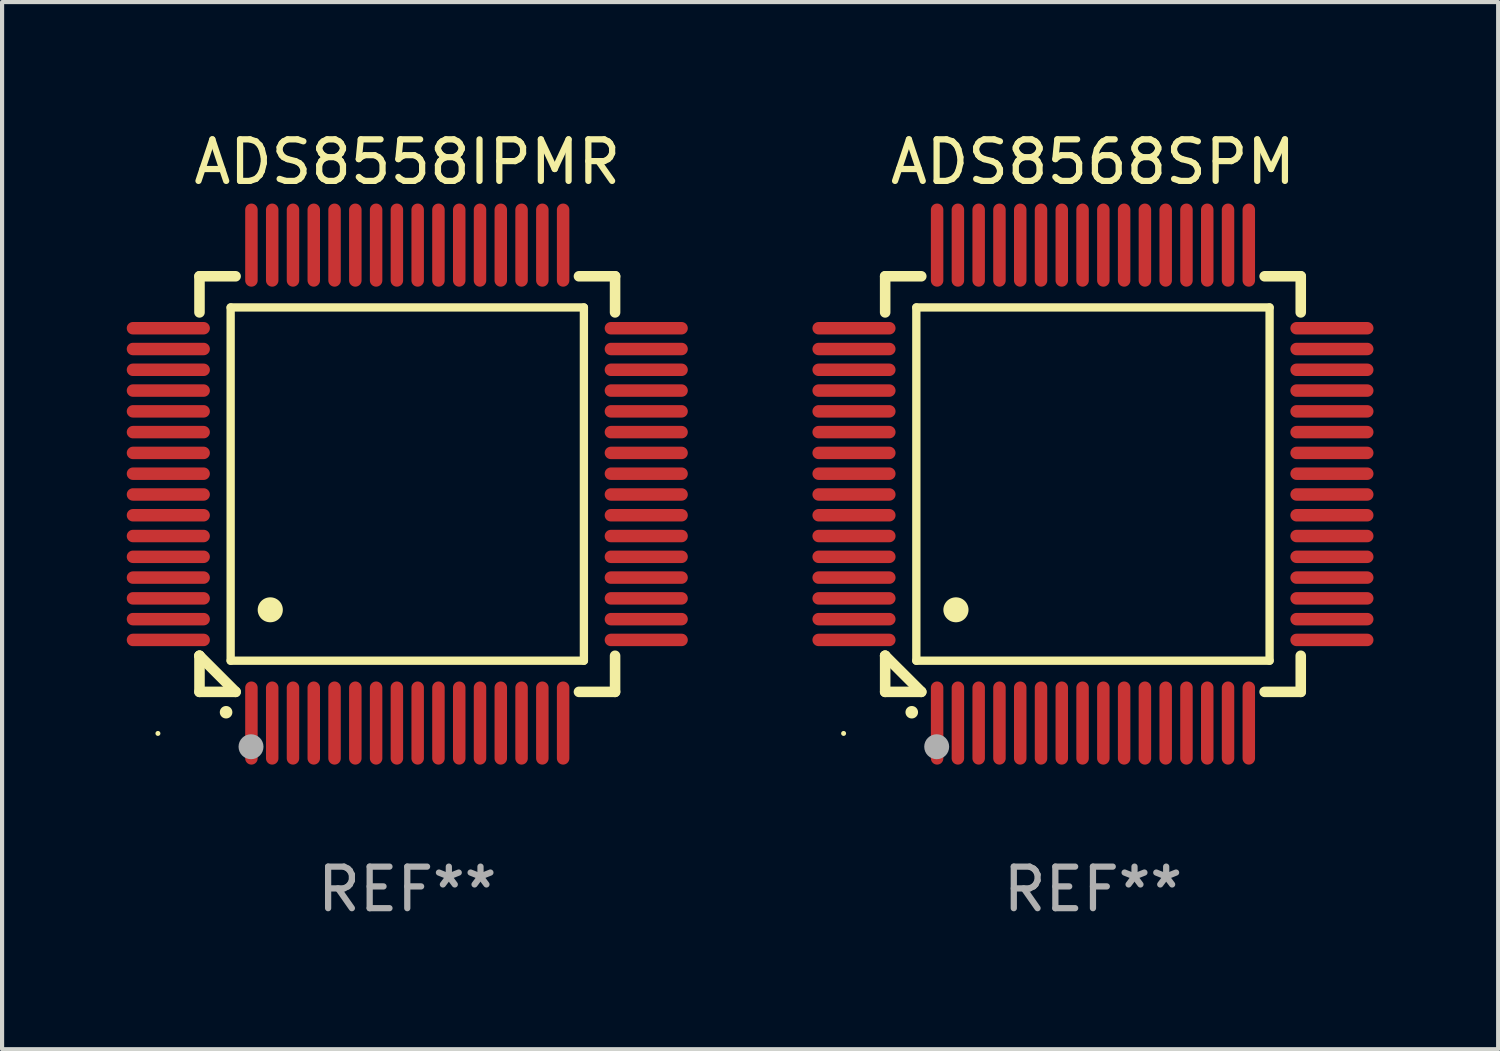
<source format=kicad_pcb>
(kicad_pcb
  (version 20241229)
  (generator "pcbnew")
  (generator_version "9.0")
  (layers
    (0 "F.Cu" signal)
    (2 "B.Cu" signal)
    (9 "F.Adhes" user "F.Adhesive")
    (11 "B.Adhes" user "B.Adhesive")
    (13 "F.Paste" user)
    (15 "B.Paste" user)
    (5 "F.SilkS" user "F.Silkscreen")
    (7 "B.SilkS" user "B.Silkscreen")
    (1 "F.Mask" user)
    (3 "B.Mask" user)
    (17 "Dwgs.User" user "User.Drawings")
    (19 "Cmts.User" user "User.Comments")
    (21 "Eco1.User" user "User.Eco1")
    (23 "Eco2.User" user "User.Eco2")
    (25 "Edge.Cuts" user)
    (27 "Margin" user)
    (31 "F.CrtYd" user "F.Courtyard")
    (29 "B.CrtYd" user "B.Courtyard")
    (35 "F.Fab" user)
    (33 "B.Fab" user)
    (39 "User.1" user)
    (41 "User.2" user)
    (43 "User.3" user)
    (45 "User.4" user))
  (footprint "ADS8568SPM"
    (layer "F.Cu")
    (at 23.249 8.598)
    (property "Reference" "ADS8568SPM" (at 0 -7.75 0) (layer "F.SilkS") (effects (font (size 1 1) (thickness 0.15))))
    (attr through_hole)
    (fp_line (start -5 -5) (end -4.131 -5) (stroke (width 0.254) (type solid)) (layer "F.SilkS"))
    (fp_line (start -5 -4.131) (end -5 -5) (stroke (width 0.254) (type solid)) (layer "F.SilkS"))
    (fp_line (start -5 4.131) (end -5 4.131) (stroke (width 0.254) (type solid)) (layer "F.SilkS"))
    (fp_line (start -5 5) (end -5 4.131) (stroke (width 0.254) (type solid)) (layer "F.SilkS"))
    (fp_line (start -5 4.131) (end -4.131 5) (stroke (width 0.254) (type solid)) (layer "F.SilkS"))
    (fp_line (start -4.25 -4.25) (end -4.25 4.25) (stroke (width 0.2) (type solid)) (layer "F.SilkS"))
    (fp_line (start -4.25 4.25) (end 4.25 4.25) (stroke (width 0.2) (type solid)) (layer "F.SilkS"))
    (fp_line (start -4.131 5) (end -5 5) (stroke (width 0.254) (type solid)) (layer "F.SilkS"))
    (fp_line (start 4.25 -4.25) (end -4.25 -4.25) (stroke (width 0.2) (type solid)) (layer "F.SilkS"))
    (fp_line (start 4.25 4.25) (end 4.25 -4.25) (stroke (width 0.2) (type solid)) (layer "F.SilkS"))
    (fp_line (start 5 -5) (end 4.131 -5) (stroke (width 0.254) (type solid)) (layer "F.SilkS"))
    (fp_line (start 5 -5) (end 5 -4.131) (stroke (width 0.254) (type solid)) (layer "F.SilkS"))
    (fp_line (start 5 4.131) (end 5 5) (stroke (width 0.254) (type solid)) (layer "F.SilkS"))
    (fp_line (start 5 5) (end 4.131 5) (stroke (width 0.254) (type solid)) (layer "F.SilkS"))
    (fp_arc (start -4.361265 5.489992) (mid -4.359995 5.489987) (end -4.358725 5.489992) (stroke (width 0.3) (type solid)) (layer "F.SilkS"))
    (fp_arc (start -3.299467 3.025146) (mid -3.296927 3.025135) (end -3.294387 3.025146) (stroke (width 0.6) (type solid)) (layer "F.SilkS"))
    (fp_circle (center -6 6) (end -5.97 6) (stroke (width 0.06) (type solid)) (fill no) (layer "F.SilkS"))
    (fp_circle (center -3.76 6.32) (end -3.61 6.32) (stroke (width 0.3) (type solid)) (fill no) (layer "F.Fab"))
    (fp_text user "REF**" (at 0 9.75 0) (layer "F.Fab") (effects (font (size 1 1) (thickness 0.15))))
    (pad "1" smd oval (at -3.75 5.75) (size 0.3 2) (layers "F.Cu" "F.Mask" "F.Paste"))
    (pad "2" smd oval (at -3.25 5.75) (size 0.3 2) (layers "F.Cu" "F.Mask" "F.Paste"))
    (pad "3" smd oval (at -2.75 5.75) (size 0.3 2) (layers "F.Cu" "F.Mask" "F.Paste"))
    (pad "4" smd oval (at -2.25 5.75) (size 0.3 2) (layers "F.Cu" "F.Mask" "F.Paste"))
    (pad "5" smd oval (at -1.75 5.75) (size 0.3 2) (layers "F.Cu" "F.Mask" "F.Paste"))
    (pad "6" smd oval (at -1.25 5.75) (size 0.3 2) (layers "F.Cu" "F.Mask" "F.Paste"))
    (pad "7" smd oval (at -0.75 5.75) (size 0.3 2) (layers "F.Cu" "F.Mask" "F.Paste"))
    (pad "8" smd oval (at -0.25 5.75) (size 0.3 2) (layers "F.Cu" "F.Mask" "F.Paste"))
    (pad "9" smd oval (at 0.25 5.75) (size 0.3 2) (layers "F.Cu" "F.Mask" "F.Paste"))
    (pad "10" smd oval (at 0.75 5.75) (size 0.3 2) (layers "F.Cu" "F.Mask" "F.Paste"))
    (pad "11" smd oval (at 1.25 5.75) (size 0.3 2) (layers "F.Cu" "F.Mask" "F.Paste"))
    (pad "12" smd oval (at 1.75 5.75) (size 0.3 2) (layers "F.Cu" "F.Mask" "F.Paste"))
    (pad "13" smd oval (at 2.25 5.75) (size 0.3 2) (layers "F.Cu" "F.Mask" "F.Paste"))
    (pad "14" smd oval (at 2.75 5.75) (size 0.3 2) (layers "F.Cu" "F.Mask" "F.Paste"))
    (pad "15" smd oval (at 3.25 5.75) (size 0.3 2) (layers "F.Cu" "F.Mask" "F.Paste"))
    (pad "16" smd oval (at 3.75 5.75) (size 0.3 2) (layers "F.Cu" "F.Mask" "F.Paste"))
    (pad "17" smd oval (at 5.75 3.75) (size 2 0.3) (layers "F.Cu" "F.Mask" "F.Paste"))
    (pad "18" smd oval (at 5.75 3.25) (size 2 0.3) (layers "F.Cu" "F.Mask" "F.Paste"))
    (pad "19" smd oval (at 5.75 2.75) (size 2 0.3) (layers "F.Cu" "F.Mask" "F.Paste"))
    (pad "20" smd oval (at 5.75 2.25) (size 2 0.3) (layers "F.Cu" "F.Mask" "F.Paste"))
    (pad "21" smd oval (at 5.75 1.75) (size 2 0.3) (layers "F.Cu" "F.Mask" "F.Paste"))
    (pad "22" smd oval (at 5.75 1.25) (size 2 0.3) (layers "F.Cu" "F.Mask" "F.Paste"))
    (pad "23" smd oval (at 5.75 0.75) (size 2 0.3) (layers "F.Cu" "F.Mask" "F.Paste"))
    (pad "24" smd oval (at 5.75 0.25) (size 2 0.3) (layers "F.Cu" "F.Mask" "F.Paste"))
    (pad "25" smd oval (at 5.75 -0.25) (size 2 0.3) (layers "F.Cu" "F.Mask" "F.Paste"))
    (pad "26" smd oval (at 5.75 -0.75) (size 2 0.3) (layers "F.Cu" "F.Mask" "F.Paste"))
    (pad "27" smd oval (at 5.75 -1.25) (size 2 0.3) (layers "F.Cu" "F.Mask" "F.Paste"))
    (pad "28" smd oval (at 5.75 -1.75) (size 2 0.3) (layers "F.Cu" "F.Mask" "F.Paste"))
    (pad "29" smd oval (at 5.75 -2.25) (size 2 0.3) (layers "F.Cu" "F.Mask" "F.Paste"))
    (pad "30" smd oval (at 5.75 -2.75) (size 2 0.3) (layers "F.Cu" "F.Mask" "F.Paste"))
    (pad "31" smd oval (at 5.75 -3.25) (size 2 0.3) (layers "F.Cu" "F.Mask" "F.Paste"))
    (pad "32" smd oval (at 5.75 -3.75) (size 2 0.3) (layers "F.Cu" "F.Mask" "F.Paste"))
    (pad "33" smd oval (at 3.75 -5.75) (size 0.3 2) (layers "F.Cu" "F.Mask" "F.Paste"))
    (pad "34" smd oval (at 3.25 -5.75) (size 0.3 2) (layers "F.Cu" "F.Mask" "F.Paste"))
    (pad "35" smd oval (at 2.75 -5.75) (size 0.3 2) (layers "F.Cu" "F.Mask" "F.Paste"))
    (pad "36" smd oval (at 2.25 -5.75) (size 0.3 2) (layers "F.Cu" "F.Mask" "F.Paste"))
    (pad "37" smd oval (at 1.75 -5.75) (size 0.3 2) (layers "F.Cu" "F.Mask" "F.Paste"))
    (pad "38" smd oval (at 1.25 -5.75) (size 0.3 2) (layers "F.Cu" "F.Mask" "F.Paste"))
    (pad "39" smd oval (at 0.75 -5.75) (size 0.3 2) (layers "F.Cu" "F.Mask" "F.Paste"))
    (pad "40" smd oval (at 0.25 -5.75) (size 0.3 2) (layers "F.Cu" "F.Mask" "F.Paste"))
    (pad "41" smd oval (at -0.25 -5.75) (size 0.3 2) (layers "F.Cu" "F.Mask" "F.Paste"))
    (pad "42" smd oval (at -0.75 -5.75) (size 0.3 2) (layers "F.Cu" "F.Mask" "F.Paste"))
    (pad "43" smd oval (at -1.25 -5.75) (size 0.3 2) (layers "F.Cu" "F.Mask" "F.Paste"))
    (pad "44" smd oval (at -1.75 -5.75) (size 0.3 2) (layers "F.Cu" "F.Mask" "F.Paste"))
    (pad "45" smd oval (at -2.25 -5.75) (size 0.3 2) (layers "F.Cu" "F.Mask" "F.Paste"))
    (pad "46" smd oval (at -2.75 -5.75) (size 0.3 2) (layers "F.Cu" "F.Mask" "F.Paste"))
    (pad "47" smd oval (at -3.25 -5.75) (size 0.3 2) (layers "F.Cu" "F.Mask" "F.Paste"))
    (pad "48" smd oval (at -3.75 -5.75) (size 0.3 2) (layers "F.Cu" "F.Mask" "F.Paste"))
    (pad "49" smd oval (at -5.75 -3.75) (size 2 0.3) (layers "F.Cu" "F.Mask" "F.Paste"))
    (pad "50" smd oval (at -5.75 -3.25) (size 2 0.3) (layers "F.Cu" "F.Mask" "F.Paste"))
    (pad "51" smd oval (at -5.75 -2.75) (size 2 0.3) (layers "F.Cu" "F.Mask" "F.Paste"))
    (pad "52" smd oval (at -5.75 -2.25) (size 2 0.3) (layers "F.Cu" "F.Mask" "F.Paste"))
    (pad "53" smd oval (at -5.75 -1.75) (size 2 0.3) (layers "F.Cu" "F.Mask" "F.Paste"))
    (pad "54" smd oval (at -5.75 -1.25) (size 2 0.3) (layers "F.Cu" "F.Mask" "F.Paste"))
    (pad "55" smd oval (at -5.75 -0.75) (size 2 0.3) (layers "F.Cu" "F.Mask" "F.Paste"))
    (pad "56" smd oval (at -5.75 -0.25) (size 2 0.3) (layers "F.Cu" "F.Mask" "F.Paste"))
    (pad "57" smd oval (at -5.75 0.25) (size 2 0.3) (layers "F.Cu" "F.Mask" "F.Paste"))
    (pad "58" smd oval (at -5.75 0.75) (size 2 0.3) (layers "F.Cu" "F.Mask" "F.Paste"))
    (pad "59" smd oval (at -5.75 1.25) (size 2 0.3) (layers "F.Cu" "F.Mask" "F.Paste"))
    (pad "60" smd oval (at -5.75 1.75) (size 2 0.3) (layers "F.Cu" "F.Mask" "F.Paste"))
    (pad "61" smd oval (at -5.75 2.25) (size 2 0.3) (layers "F.Cu" "F.Mask" "F.Paste"))
    (pad "62" smd oval (at -5.75 2.75) (size 2 0.3) (layers "F.Cu" "F.Mask" "F.Paste"))
    (pad "63" smd oval (at -5.75 3.25) (size 2 0.3) (layers "F.Cu" "F.Mask" "F.Paste"))
    (pad "64" smd oval (at -5.75 3.75) (size 2 0.3) (layers "F.Cu" "F.Mask" "F.Paste")))
  (footprint "ADS8558IPMR"
    (layer "F.Cu")
    (at 6.75 8.598)
    (property "Reference" "ADS8558IPMR" (at 0 -7.75 0) (layer "F.SilkS") (effects (font (size 1 1) (thickness 0.15))))
    (attr through_hole)
    (fp_line (start -5 -5) (end -4.131 -5) (stroke (width 0.254) (type solid)) (layer "F.SilkS"))
    (fp_line (start -5 -4.131) (end -5 -5) (stroke (width 0.254) (type solid)) (layer "F.SilkS"))
    (fp_line (start -5 4.131) (end -5 4.131) (stroke (width 0.254) (type solid)) (layer "F.SilkS"))
    (fp_line (start -5 5) (end -5 4.131) (stroke (width 0.254) (type solid)) (layer "F.SilkS"))
    (fp_line (start -5 4.131) (end -4.131 5) (stroke (width 0.254) (type solid)) (layer "F.SilkS"))
    (fp_line (start -4.25 -4.25) (end -4.25 4.25) (stroke (width 0.2) (type solid)) (layer "F.SilkS"))
    (fp_line (start -4.25 4.25) (end 4.25 4.25) (stroke (width 0.2) (type solid)) (layer "F.SilkS"))
    (fp_line (start -4.131 5) (end -5 5) (stroke (width 0.254) (type solid)) (layer "F.SilkS"))
    (fp_line (start 4.25 -4.25) (end -4.25 -4.25) (stroke (width 0.2) (type solid)) (layer "F.SilkS"))
    (fp_line (start 4.25 4.25) (end 4.25 -4.25) (stroke (width 0.2) (type solid)) (layer "F.SilkS"))
    (fp_line (start 5 -5) (end 4.131 -5) (stroke (width 0.254) (type solid)) (layer "F.SilkS"))
    (fp_line (start 5 -5) (end 5 -4.131) (stroke (width 0.254) (type solid)) (layer "F.SilkS"))
    (fp_line (start 5 4.131) (end 5 5) (stroke (width 0.254) (type solid)) (layer "F.SilkS"))
    (fp_line (start 5 5) (end 4.131 5) (stroke (width 0.254) (type solid)) (layer "F.SilkS"))
    (fp_arc (start -4.361265 5.489992) (mid -4.359995 5.489987) (end -4.358725 5.489992) (stroke (width 0.3) (type solid)) (layer "F.SilkS"))
    (fp_arc (start -3.299467 3.025146) (mid -3.296927 3.025135) (end -3.294387 3.025146) (stroke (width 0.6) (type solid)) (layer "F.SilkS"))
    (fp_circle (center -6 6) (end -5.97 6) (stroke (width 0.06) (type solid)) (fill no) (layer "F.SilkS"))
    (fp_circle (center -3.76 6.32) (end -3.61 6.32) (stroke (width 0.3) (type solid)) (fill no) (layer "F.Fab"))
    (fp_text user "REF**" (at 0 9.75 0) (layer "F.Fab") (effects (font (size 1 1) (thickness 0.15))))
    (pad "1" smd oval (at -3.75 5.75) (size 0.3 2) (layers "F.Cu" "F.Mask" "F.Paste"))
    (pad "2" smd oval (at -3.25 5.75) (size 0.3 2) (layers "F.Cu" "F.Mask" "F.Paste"))
    (pad "3" smd oval (at -2.75 5.75) (size 0.3 2) (layers "F.Cu" "F.Mask" "F.Paste"))
    (pad "4" smd oval (at -2.25 5.75) (size 0.3 2) (layers "F.Cu" "F.Mask" "F.Paste"))
    (pad "5" smd oval (at -1.75 5.75) (size 0.3 2) (layers "F.Cu" "F.Mask" "F.Paste"))
    (pad "6" smd oval (at -1.25 5.75) (size 0.3 2) (layers "F.Cu" "F.Mask" "F.Paste"))
    (pad "7" smd oval (at -0.75 5.75) (size 0.3 2) (layers "F.Cu" "F.Mask" "F.Paste"))
    (pad "8" smd oval (at -0.25 5.75) (size 0.3 2) (layers "F.Cu" "F.Mask" "F.Paste"))
    (pad "9" smd oval (at 0.25 5.75) (size 0.3 2) (layers "F.Cu" "F.Mask" "F.Paste"))
    (pad "10" smd oval (at 0.75 5.75) (size 0.3 2) (layers "F.Cu" "F.Mask" "F.Paste"))
    (pad "11" smd oval (at 1.25 5.75) (size 0.3 2) (layers "F.Cu" "F.Mask" "F.Paste"))
    (pad "12" smd oval (at 1.75 5.75) (size 0.3 2) (layers "F.Cu" "F.Mask" "F.Paste"))
    (pad "13" smd oval (at 2.25 5.75) (size 0.3 2) (layers "F.Cu" "F.Mask" "F.Paste"))
    (pad "14" smd oval (at 2.75 5.75) (size 0.3 2) (layers "F.Cu" "F.Mask" "F.Paste"))
    (pad "15" smd oval (at 3.25 5.75) (size 0.3 2) (layers "F.Cu" "F.Mask" "F.Paste"))
    (pad "16" smd oval (at 3.75 5.75) (size 0.3 2) (layers "F.Cu" "F.Mask" "F.Paste"))
    (pad "17" smd oval (at 5.75 3.75) (size 2 0.3) (layers "F.Cu" "F.Mask" "F.Paste"))
    (pad "18" smd oval (at 5.75 3.25) (size 2 0.3) (layers "F.Cu" "F.Mask" "F.Paste"))
    (pad "19" smd oval (at 5.75 2.75) (size 2 0.3) (layers "F.Cu" "F.Mask" "F.Paste"))
    (pad "20" smd oval (at 5.75 2.25) (size 2 0.3) (layers "F.Cu" "F.Mask" "F.Paste"))
    (pad "21" smd oval (at 5.75 1.75) (size 2 0.3) (layers "F.Cu" "F.Mask" "F.Paste"))
    (pad "22" smd oval (at 5.75 1.25) (size 2 0.3) (layers "F.Cu" "F.Mask" "F.Paste"))
    (pad "23" smd oval (at 5.75 0.75) (size 2 0.3) (layers "F.Cu" "F.Mask" "F.Paste"))
    (pad "24" smd oval (at 5.75 0.25) (size 2 0.3) (layers "F.Cu" "F.Mask" "F.Paste"))
    (pad "25" smd oval (at 5.75 -0.25) (size 2 0.3) (layers "F.Cu" "F.Mask" "F.Paste"))
    (pad "26" smd oval (at 5.75 -0.75) (size 2 0.3) (layers "F.Cu" "F.Mask" "F.Paste"))
    (pad "27" smd oval (at 5.75 -1.25) (size 2 0.3) (layers "F.Cu" "F.Mask" "F.Paste"))
    (pad "28" smd oval (at 5.75 -1.75) (size 2 0.3) (layers "F.Cu" "F.Mask" "F.Paste"))
    (pad "29" smd oval (at 5.75 -2.25) (size 2 0.3) (layers "F.Cu" "F.Mask" "F.Paste"))
    (pad "30" smd oval (at 5.75 -2.75) (size 2 0.3) (layers "F.Cu" "F.Mask" "F.Paste"))
    (pad "31" smd oval (at 5.75 -3.25) (size 2 0.3) (layers "F.Cu" "F.Mask" "F.Paste"))
    (pad "32" smd oval (at 5.75 -3.75) (size 2 0.3) (layers "F.Cu" "F.Mask" "F.Paste"))
    (pad "33" smd oval (at 3.75 -5.75) (size 0.3 2) (layers "F.Cu" "F.Mask" "F.Paste"))
    (pad "34" smd oval (at 3.25 -5.75) (size 0.3 2) (layers "F.Cu" "F.Mask" "F.Paste"))
    (pad "35" smd oval (at 2.75 -5.75) (size 0.3 2) (layers "F.Cu" "F.Mask" "F.Paste"))
    (pad "36" smd oval (at 2.25 -5.75) (size 0.3 2) (layers "F.Cu" "F.Mask" "F.Paste"))
    (pad "37" smd oval (at 1.75 -5.75) (size 0.3 2) (layers "F.Cu" "F.Mask" "F.Paste"))
    (pad "38" smd oval (at 1.25 -5.75) (size 0.3 2) (layers "F.Cu" "F.Mask" "F.Paste"))
    (pad "39" smd oval (at 0.75 -5.75) (size 0.3 2) (layers "F.Cu" "F.Mask" "F.Paste"))
    (pad "40" smd oval (at 0.25 -5.75) (size 0.3 2) (layers "F.Cu" "F.Mask" "F.Paste"))
    (pad "41" smd oval (at -0.25 -5.75) (size 0.3 2) (layers "F.Cu" "F.Mask" "F.Paste"))
    (pad "42" smd oval (at -0.75 -5.75) (size 0.3 2) (layers "F.Cu" "F.Mask" "F.Paste"))
    (pad "43" smd oval (at -1.25 -5.75) (size 0.3 2) (layers "F.Cu" "F.Mask" "F.Paste"))
    (pad "44" smd oval (at -1.75 -5.75) (size 0.3 2) (layers "F.Cu" "F.Mask" "F.Paste"))
    (pad "45" smd oval (at -2.25 -5.75) (size 0.3 2) (layers "F.Cu" "F.Mask" "F.Paste"))
    (pad "46" smd oval (at -2.75 -5.75) (size 0.3 2) (layers "F.Cu" "F.Mask" "F.Paste"))
    (pad "47" smd oval (at -3.25 -5.75) (size 0.3 2) (layers "F.Cu" "F.Mask" "F.Paste"))
    (pad "48" smd oval (at -3.75 -5.75) (size 0.3 2) (layers "F.Cu" "F.Mask" "F.Paste"))
    (pad "49" smd oval (at -5.75 -3.75) (size 2 0.3) (layers "F.Cu" "F.Mask" "F.Paste"))
    (pad "50" smd oval (at -5.75 -3.25) (size 2 0.3) (layers "F.Cu" "F.Mask" "F.Paste"))
    (pad "51" smd oval (at -5.75 -2.75) (size 2 0.3) (layers "F.Cu" "F.Mask" "F.Paste"))
    (pad "52" smd oval (at -5.75 -2.25) (size 2 0.3) (layers "F.Cu" "F.Mask" "F.Paste"))
    (pad "53" smd oval (at -5.75 -1.75) (size 2 0.3) (layers "F.Cu" "F.Mask" "F.Paste"))
    (pad "54" smd oval (at -5.75 -1.25) (size 2 0.3) (layers "F.Cu" "F.Mask" "F.Paste"))
    (pad "55" smd oval (at -5.75 -0.75) (size 2 0.3) (layers "F.Cu" "F.Mask" "F.Paste"))
    (pad "56" smd oval (at -5.75 -0.25) (size 2 0.3) (layers "F.Cu" "F.Mask" "F.Paste"))
    (pad "57" smd oval (at -5.75 0.25) (size 2 0.3) (layers "F.Cu" "F.Mask" "F.Paste"))
    (pad "58" smd oval (at -5.75 0.75) (size 2 0.3) (layers "F.Cu" "F.Mask" "F.Paste"))
    (pad "59" smd oval (at -5.75 1.25) (size 2 0.3) (layers "F.Cu" "F.Mask" "F.Paste"))
    (pad "60" smd oval (at -5.75 1.75) (size 2 0.3) (layers "F.Cu" "F.Mask" "F.Paste"))
    (pad "61" smd oval (at -5.75 2.25) (size 2 0.3) (layers "F.Cu" "F.Mask" "F.Paste"))
    (pad "62" smd oval (at -5.75 2.75) (size 2 0.3) (layers "F.Cu" "F.Mask" "F.Paste"))
    (pad "63" smd oval (at -5.75 3.25) (size 2 0.3) (layers "F.Cu" "F.Mask" "F.Paste"))
    (pad "64" smd oval (at -5.75 3.75) (size 2 0.3) (layers "F.Cu" "F.Mask" "F.Paste")))
  (gr_rect
    (start -3 -3)
    (end 32.999 22.196)
    (stroke (width 0.1) (type default))
    (fill no)
    (layer "Edge.Cuts")))
</source>
